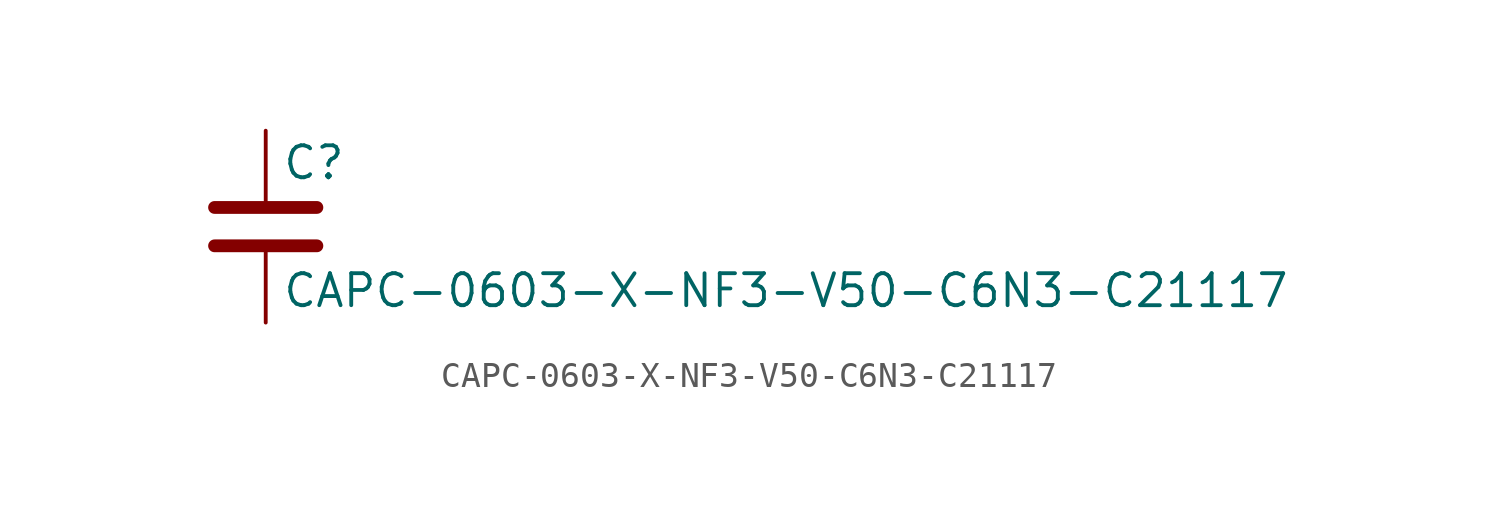
<source format=kicad_sym>
(kicad_symbol_lib
  (version 20211014)
  (generator kicad_symbol_editor)
  (symbol "CAPC-0603-X-NF3-V50-C6N3-C21117"
    (pin_numbers hide)
    (pin_names
      (offset 0.254))
    (property "Reference" "C"
      (at 0.635 2.54 0)
      (effects (font (size 1.27 1.27)) (justify left)))
    (property "Value" "CAPC-0603-X-NF3-V50-C6N3-C21117"
      (at 0.635 -2.54 0)
      (effects (font (size 1.27 1.27)) (justify left)))
    (symbol "CAPC-0603-X-NF3-V50-C6N3-C21117_0_1"
      (polyline (pts (xy -2.032 -0.762) (xy 2.032 -0.762)) (stroke (width 0.508) (type default) (color 0 0 0 0)) (fill (type none)))
      (polyline (pts (xy -2.032 0.762) (xy 2.032 0.762)) (stroke (width 0.508) (type default) (color 0 0 0 0)) (fill (type none))))
    (symbol "CAPC-0603-X-NF3-V50-C6N3-C21117_1_1"
      (pin passive line (at 0 3.81 270) (length 2.794) (name "~" (effects (font (size 1.27 1.27)))) (number "1" (effects (font (size 1.27 1.27)))))
      (pin passive line (at 0 -3.81 90) (length 2.794) (name "~" (effects (font (size 1.27 1.27)))) (number "2" (effects (font (size 1.27 1.27))))))))
</source>
